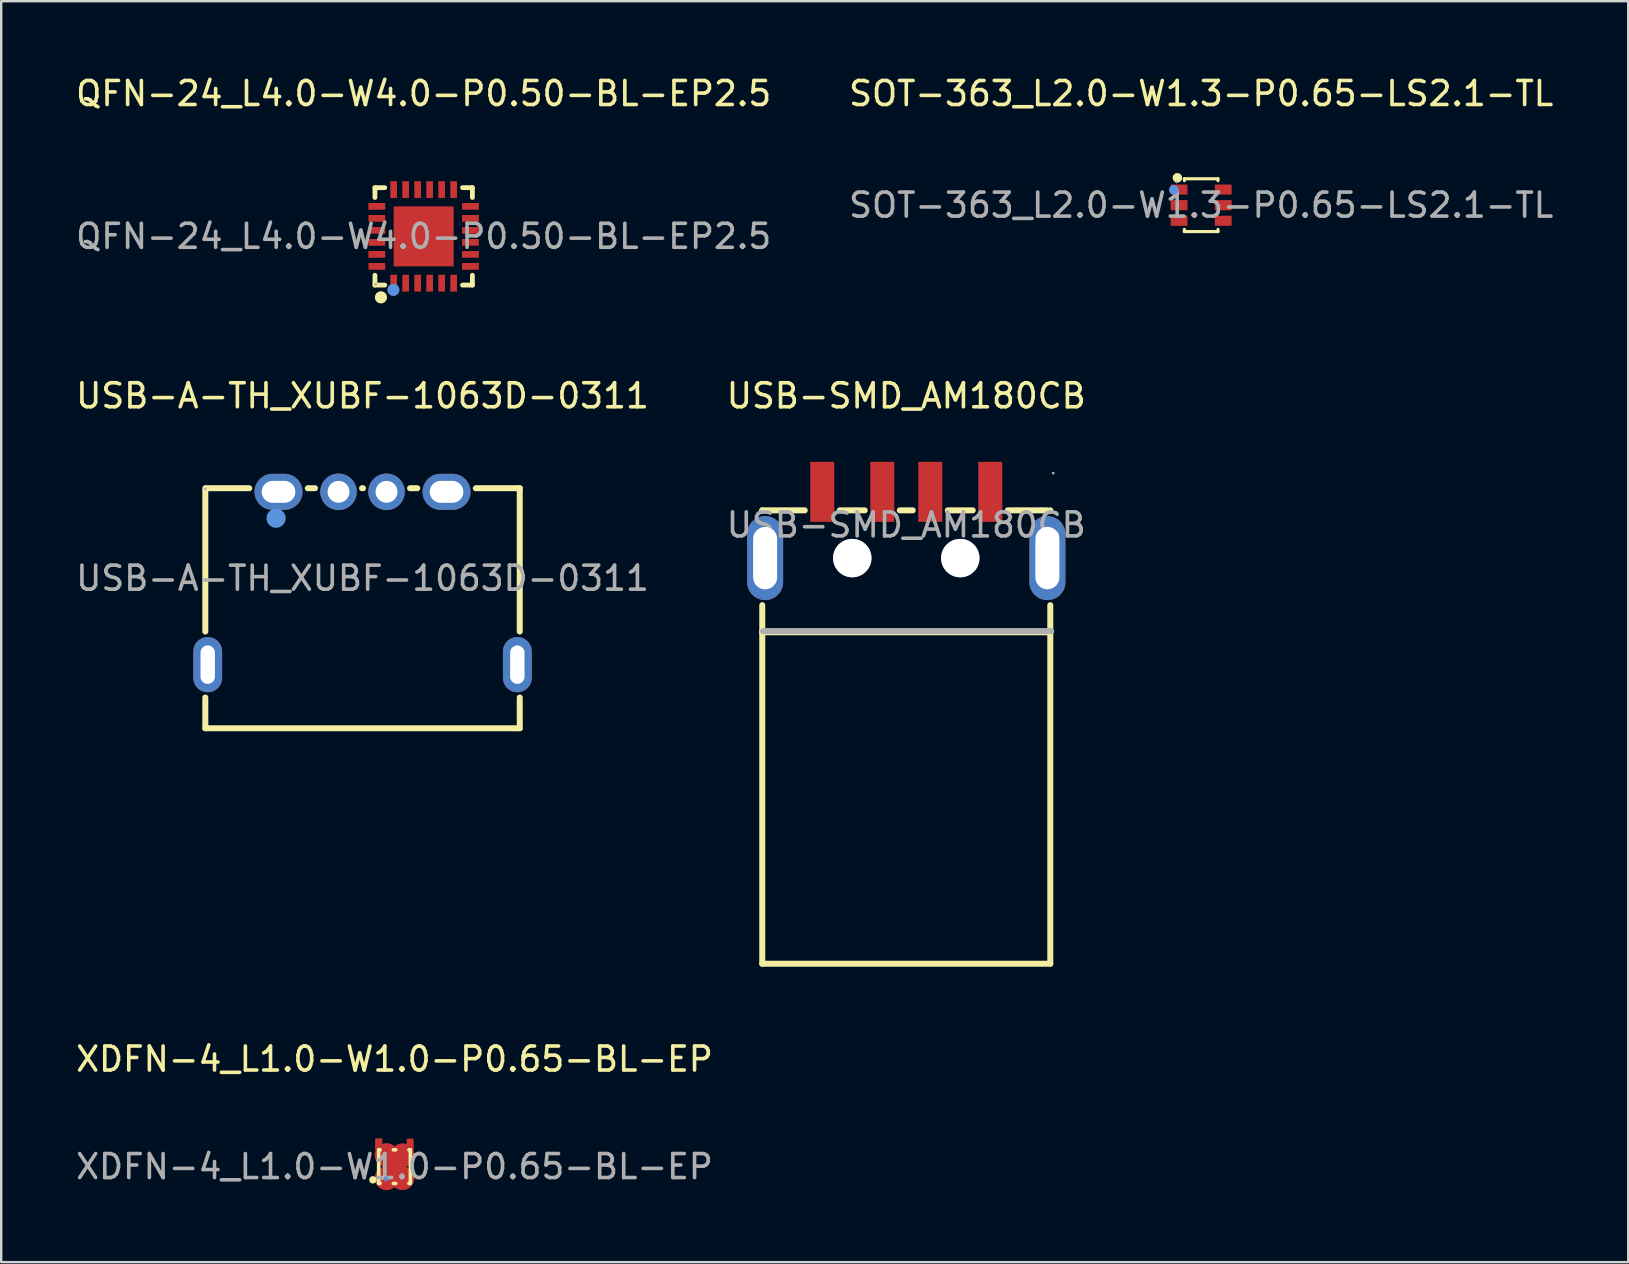
<source format=kicad_pcb>
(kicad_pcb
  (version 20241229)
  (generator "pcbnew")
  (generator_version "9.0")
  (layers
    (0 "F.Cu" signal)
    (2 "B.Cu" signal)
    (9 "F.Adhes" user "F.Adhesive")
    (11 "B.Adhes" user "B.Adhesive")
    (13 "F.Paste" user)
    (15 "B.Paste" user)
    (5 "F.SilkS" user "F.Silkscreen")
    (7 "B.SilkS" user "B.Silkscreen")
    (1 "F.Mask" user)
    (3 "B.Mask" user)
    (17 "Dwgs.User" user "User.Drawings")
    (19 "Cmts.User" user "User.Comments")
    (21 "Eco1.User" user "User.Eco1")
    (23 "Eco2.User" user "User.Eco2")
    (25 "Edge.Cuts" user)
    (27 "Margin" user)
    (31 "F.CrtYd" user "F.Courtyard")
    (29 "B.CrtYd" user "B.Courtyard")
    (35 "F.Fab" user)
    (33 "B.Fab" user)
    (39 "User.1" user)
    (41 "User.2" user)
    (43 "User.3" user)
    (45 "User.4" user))
  (footprint "XDFN-4_L1.0-W1.0-P0.65-BL-EP"
    (layer "F.Cu")
    (at 13.387 45.555)
    (property "Reference" "XDFN-4_L1.0-W1.0-P0.65-BL-EP" (at 0 -4.48 0) (layer "F.SilkS") (effects (font (size 1 1) (thickness 0.15))))
    (attr smd)
    (fp_line (start -0.66 -0.7) (end -0.66 0.7) (stroke (width 0.15) (type solid)) (layer "F.SilkS"))
    (fp_line (start -0.66 -0.7) (end -0.6 -0.7) (stroke (width 0.15) (type solid)) (layer "F.SilkS"))
    (fp_line (start -0.66 0.7) (end -0.6 0.7) (stroke (width 0.15) (type solid)) (layer "F.SilkS"))
    (fp_line (start -0.05 -0.7) (end 0.05 -0.7) (stroke (width 0.15) (type solid)) (layer "F.SilkS"))
    (fp_line (start -0.05 0.7) (end 0.05 0.7) (stroke (width 0.15) (type solid)) (layer "F.SilkS"))
    (fp_line (start 0.6 -0.7) (end 0.66 -0.7) (stroke (width 0.15) (type solid)) (layer "F.SilkS"))
    (fp_line (start 0.6 0.7) (end 0.66 0.7) (stroke (width 0.15) (type solid)) (layer "F.SilkS"))
    (fp_line (start 0.66 -0.7) (end 0.66 0.7) (stroke (width 0.15) (type solid)) (layer "F.SilkS"))
    (fp_circle (center -0.9 0.55) (end -0.82 0.55) (stroke (width 0.15) (type solid)) (fill no) (layer "F.SilkS"))
    (fp_circle (center -0.35 0.5) (end -0.3 0.5) (stroke (width 0.1) (type solid)) (fill no) (layer "Cmts.User"))
    (fp_circle (center -0.5 0.5) (end -0.47 0.5) (stroke (width 0.06) (type solid)) (fill no) (layer "F.Fab"))
    (fp_text user "${REFERENCE}" (at 0 0 0) (layer "F.Fab") (effects (font (size 1 1) (thickness 0.15))))
    (pad "1" smd custom (at -0.33 0.48 180) (size 1 1) (layers "F.Cu" "F.Mask" "F.Paste") (options (anchor circle)) (primitives (gr_poly (pts (xy -0.23 0.4) (xy -0.23 0.65) (xy -0.43 0.65) (xy -0.43 0.2) (xy -0.38 0.25) (xy -0.23 0.4)) (width 0.1) (fill yes))))
    (pad "2" smd custom (at 0.33 0.48 180) (size 1 1) (layers "F.Cu" "F.Mask" "F.Paste") (options (anchor circle)) (primitives (gr_poly (pts (xy 0.42 0.65) (xy 0.22 0.65) (xy 0.22 0.4) (xy 0.37 0.25) (xy 0.42 0.25)) (width 0.1) (fill yes))))
    (pad "3" smd custom (at 0.33 -0.47) (size 1 1) (layers "F.Cu" "F.Mask" "F.Paste") (options (anchor circle)) (primitives (gr_poly (pts (xy 0.42 -0.65) (xy 0.22 -0.65) (xy 0.22 -0.4) (xy 0.37 -0.25) (xy 0.42 -0.25)) (width 0.1) (fill yes))))
    (pad "4" smd custom (at -0.33 -0.48) (size 1 1) (layers "F.Cu" "F.Mask" "F.Paste") (options (anchor circle)) (primitives (gr_poly (pts (xy -0.43 -0.65) (xy -0.23 -0.65) (xy -0.23 -0.4) (xy -0.38 -0.25) (xy -0.43 -0.25)) (width 0.1) (fill yes))))
    (pad "5" smd rect (at 0 0 45) (size 0.45 0.45) (layers "F.Cu" "F.Mask" "F.Paste")))
  (footprint "SOT-363_L2.0-W1.3-P0.65-LS2.1-TL"
    (layer "F.Cu")
    (at 46.994 5.498)
    (property "Reference" "SOT-363_L2.0-W1.3-P0.65-LS2.1-TL" (at 0 -4.65 0) (layer "F.SilkS") (effects (font (size 1 1) (thickness 0.15))))
    (attr smd)
    (fp_line (start -0.7 -1.1) (end -0.7 -1.02) (stroke (width 0.13) (type solid)) (layer "F.SilkS"))
    (fp_line (start -0.7 -1.1) (end 0.7 -1.1) (stroke (width 0.13) (type solid)) (layer "F.SilkS"))
    (fp_line (start -0.7 1.01) (end -0.7 1.1) (stroke (width 0.13) (type solid)) (layer "F.SilkS"))
    (fp_line (start -0.7 1.1) (end 0.7 1.1) (stroke (width 0.13) (type solid)) (layer "F.SilkS"))
    (fp_line (start 0.7 -1.1) (end 0.7 -1.02) (stroke (width 0.13) (type solid)) (layer "F.SilkS"))
    (fp_line (start 0.7 1.01) (end 0.7 1.1) (stroke (width 0.13) (type solid)) (layer "F.SilkS"))
    (fp_circle (center -0.99 -1.14) (end -0.89 -1.14) (stroke (width 0.2) (type solid)) (fill no) (layer "F.SilkS"))
    (fp_circle (center -1.14 -0.64) (end -1.04 -0.64) (stroke (width 0.2) (type solid)) (fill no) (layer "Cmts.User"))
    (fp_circle (center -1.02 -0.97) (end -0.99 -0.97) (stroke (width 0.06) (type solid)) (fill no) (layer "F.Fab"))
    (fp_text user "${REFERENCE}" (at 0 0 0) (layer "F.Fab") (effects (font (size 1 1) (thickness 0.15))))
    (pad "1" smd rect (at -0.92 -0.65) (size 0.7 0.42) (layers "F.Cu" "F.Mask" "F.Paste"))
    (pad "2" smd rect (at -0.92 0) (size 0.7 0.42) (layers "F.Cu" "F.Mask" "F.Paste"))
    (pad "3" smd rect (at -0.92 0.65) (size 0.7 0.42) (layers "F.Cu" "F.Mask" "F.Paste"))
    (pad "4" smd rect (at 0.92 0.65) (size 0.7 0.42) (layers "F.Cu" "F.Mask" "F.Paste"))
    (pad "5" smd rect (at 0.92 0) (size 0.7 0.42) (layers "F.Cu" "F.Mask" "F.Paste"))
    (pad "6" smd rect (at 0.92 -0.65) (size 0.7 0.42) (layers "F.Cu" "F.Mask" "F.Paste")))
  (footprint "USB-A-TH_XUBF-1063D-0311"
    (layer "F.Cu")
    (at 12.054 21.041)
    (property "Reference" "USB-A-TH_XUBF-1063D-0311" (at 0 -7.6 0) (layer "F.SilkS") (effects (font (size 1 1) (thickness 0.15))))
    (attr through_hole)
    (fp_line (start -6.55 -3.75) (end -6.55 2.22) (stroke (width 0.25) (type solid)) (layer "F.SilkS"))
    (fp_line (start -6.55 4.97) (end -6.55 6.25) (stroke (width 0.25) (type solid)) (layer "F.SilkS"))
    (fp_line (start -6.55 6.25) (end 6.55 6.25) (stroke (width 0.25) (type solid)) (layer "F.SilkS"))
    (fp_line (start -4.72 -3.75) (end -6.5 -3.75) (stroke (width 0.25) (type solid)) (layer "F.SilkS"))
    (fp_line (start -1.98 -3.75) (end -2.28 -3.75) (stroke (width 0.25) (type solid)) (layer "F.SilkS"))
    (fp_line (start 0.02 -3.75) (end -0.02 -3.75) (stroke (width 0.25) (type solid)) (layer "F.SilkS"))
    (fp_line (start 2.28 -3.75) (end 1.98 -3.75) (stroke (width 0.25) (type solid)) (layer "F.SilkS"))
    (fp_line (start 6.55 -3.75) (end 4.72 -3.75) (stroke (width 0.25) (type solid)) (layer "F.SilkS"))
    (fp_line (start 6.55 2.22) (end 6.55 -3.75) (stroke (width 0.25) (type solid)) (layer "F.SilkS"))
    (fp_line (start 6.55 6.25) (end 6.55 4.97) (stroke (width 0.25) (type solid)) (layer "F.SilkS"))
    (fp_circle (center -3.6 -2.5) (end -3.4 -2.5) (stroke (width 0.4) (type solid)) (fill no) (layer "Cmts.User"))
    (fp_circle (center -6.55 -3.72) (end -6.52 -3.72) (stroke (width 0.06) (type solid)) (fill no) (layer "F.Fab"))
    (fp_text user "${REFERENCE}" (at 0 0 0) (layer "F.Fab") (effects (font (size 1 1) (thickness 0.15))))
    (pad "1" thru_hole oval (at -3.5 -3.6) (size 2 1.5) (drill oval 1.4 0.914) (layers "*.Cu" "*.Mask"))
    (pad "2" thru_hole circle (at -1 -3.6) (size 1.52 1.52) (drill 0.914) (layers "*.Cu" "*.Mask"))
    (pad "3" thru_hole circle (at 1 -3.6) (size 1.52 1.52) (drill 0.914) (layers "*.Cu" "*.Mask"))
    (pad "4" thru_hole oval (at 3.5 -3.6) (size 2 1.5) (drill oval 1.4 0.914) (layers "*.Cu" "*.Mask"))
    (pad "5" thru_hole oval (at -6.45 3.6) (size 1.2 2.3) (drill oval 0.6 1.6) (layers "*.Cu" "*.Mask"))
    (pad "6" thru_hole oval (at 6.45 3.6) (size 1.2 2.3) (drill oval 0.6 1.6) (layers "*.Cu" "*.Mask")))
  (footprint "USB-SMD_AM180CB"
    (layer "F.Cu")
    (at 34.708 18.822)
    (property "Reference" "USB-SMD_AM180CB" (at 0 -5.38 0) (layer "F.SilkS") (effects (font (size 1 1) (thickness 0.15))))
    (attr smd)
    (fp_line (start -6 -0.61) (end -4.23 -0.61) (stroke (width 0.25) (type solid)) (layer "F.SilkS"))
    (fp_line (start -6 -0.6) (end -6 -0.61) (stroke (width 0.25) (type solid)) (layer "F.SilkS"))
    (fp_line (start -6 4.47) (end -6 3.34) (stroke (width 0.25) (type solid)) (layer "F.SilkS"))
    (fp_line (start -6 4.47) (end -6 18.28) (stroke (width 0.25) (type solid)) (layer "F.SilkS"))
    (fp_line (start -6 18.28) (end 6 18.28) (stroke (width 0.25) (type solid)) (layer "F.SilkS"))
    (fp_line (start -2.77 -0.61) (end -1.73 -0.61) (stroke (width 0.25) (type solid)) (layer "F.SilkS"))
    (fp_line (start -0.27 -0.61) (end 0.27 -0.61) (stroke (width 0.25) (type solid)) (layer "F.SilkS"))
    (fp_line (start 1.73 -0.61) (end 2.77 -0.61) (stroke (width 0.25) (type solid)) (layer "F.SilkS"))
    (fp_line (start 4.23 -0.61) (end 5.87 -0.61) (stroke (width 0.25) (type solid)) (layer "F.SilkS"))
    (fp_line (start 6 -0.6) (end 6 -0.61) (stroke (width 0.25) (type solid)) (layer "F.SilkS"))
    (fp_line (start 6 4.4) (end 6 18.28) (stroke (width 0.25) (type solid)) (layer "F.SilkS"))
    (fp_line (start 6 4.47) (end -6 4.47) (stroke (width 0.25) (type solid)) (layer "F.SilkS"))
    (fp_line (start 6 4.47) (end 6 3.34) (stroke (width 0.25) (type solid)) (layer "F.SilkS"))
    (fp_line (start -5.97 4.42) (end 6.04 4.42) (stroke (width 0.25) (type solid)) (layer "F.Fab"))
    (fp_circle (center 6.12 -2.16) (end 6.15 -2.16) (stroke (width 0.06) (type solid)) (fill no) (layer "F.Fab"))
    (fp_text user "${REFERENCE}" (at 0 0 0) (layer "F.Fab") (effects (font (size 1 1) (thickness 0.15))))
    (pad "" thru_hole circle (at -2.25 1.38) (size 1.6 1.6) (drill 1.6) (layers "*.Cu" "*.Mask"))
    (pad "" thru_hole circle (at 2.25 1.38) (size 1.6 1.6) (drill 1.6) (layers "*.Cu" "*.Mask"))
    (pad "1" smd rect (at 3.5 -1.38) (size 1 2.5) (layers "F.Cu" "F.Mask" "F.Paste"))
    (pad "2" smd rect (at 1 -1.38) (size 1 2.5) (layers "F.Cu" "F.Mask" "F.Paste"))
    (pad "3" smd rect (at -1 -1.38) (size 1 2.5) (layers "F.Cu" "F.Mask" "F.Paste"))
    (pad "4" smd rect (at -3.5 -1.38) (size 1 2.5) (layers "F.Cu" "F.Mask" "F.Paste"))
    (pad "5" thru_hole oval (at -5.88 1.38) (size 1.5 3.5) (drill oval 1 2.6) (layers "*.Cu" "*.Mask"))
    (pad "5" thru_hole oval (at 5.88 1.38) (size 1.5 3.5) (drill oval 1 2.6) (layers "*.Cu" "*.Mask")))
  (footprint "QFN-24_L4.0-W4.0-P0.50-BL-EP2.5"
    (layer "F.Cu")
    (at 14.601 6.798)
    (property "Reference" "QFN-24_L4.0-W4.0-P0.50-BL-EP2.5" (at 0 -5.95 0) (layer "F.SilkS") (effects (font (size 1 1) (thickness 0.15))))
    (attr smd)
    (fp_line (start -2.03 -2.03) (end -1.62 -2.03) (stroke (width 0.2) (type solid)) (layer "F.SilkS"))
    (fp_line (start -2.03 -1.62) (end -2.03 -2.03) (stroke (width 0.2) (type solid)) (layer "F.SilkS"))
    (fp_line (start -2.03 2.03) (end -2.03 1.62) (stroke (width 0.2) (type solid)) (layer "F.SilkS"))
    (fp_line (start -1.62 2.03) (end -2.03 2.03) (stroke (width 0.2) (type solid)) (layer "F.SilkS"))
    (fp_line (start 1.62 -2.03) (end 2.03 -2.03) (stroke (width 0.2) (type solid)) (layer "F.SilkS"))
    (fp_line (start 2.03 -2.03) (end 2.03 -1.62) (stroke (width 0.2) (type solid)) (layer "F.SilkS"))
    (fp_line (start 2.03 1.62) (end 2.03 2.03) (stroke (width 0.2) (type solid)) (layer "F.SilkS"))
    (fp_line (start 2.03 2.03) (end 1.62 2.03) (stroke (width 0.2) (type solid)) (layer "F.SilkS"))
    (fp_circle (center -1.78 2.54) (end -1.65 2.54) (stroke (width 0.25) (type solid)) (fill no) (layer "F.SilkS"))
    (fp_circle (center -1.26 2.23) (end -1.13 2.23) (stroke (width 0.25) (type solid)) (fill no) (layer "Cmts.User"))
    (fp_circle (center -2 2) (end -1.97 2) (stroke (width 0.06) (type solid)) (fill no) (layer "F.Fab"))
    (fp_text user "${REFERENCE}" (at 0 0 0) (layer "F.Fab") (effects (font (size 1 1) (thickness 0.15))))
    (pad "1" smd rect (at -1.25 1.95 180) (size 0.28 0.7) (layers "F.Cu" "F.Mask" "F.Paste"))
    (pad "2" smd rect (at -0.75 1.95 180) (size 0.28 0.7) (layers "F.Cu" "F.Mask" "F.Paste"))
    (pad "3" smd rect (at -0.25 1.95 180) (size 0.28 0.7) (layers "F.Cu" "F.Mask" "F.Paste"))
    (pad "4" smd rect (at 0.25 1.95 180) (size 0.28 0.7) (layers "F.Cu" "F.Mask" "F.Paste"))
    (pad "5" smd rect (at 0.75 1.95 180) (size 0.28 0.7) (layers "F.Cu" "F.Mask" "F.Paste"))
    (pad "6" smd rect (at 1.25 1.95 180) (size 0.28 0.7) (layers "F.Cu" "F.Mask" "F.Paste"))
    (pad "7" smd rect (at 1.95 1.25 270) (size 0.28 0.7) (layers "F.Cu" "F.Mask" "F.Paste"))
    (pad "8" smd rect (at 1.95 0.75 270) (size 0.28 0.7) (layers "F.Cu" "F.Mask" "F.Paste"))
    (pad "9" smd rect (at 1.95 0.25 270) (size 0.28 0.7) (layers "F.Cu" "F.Mask" "F.Paste"))
    (pad "10" smd rect (at 1.95 -0.25 270) (size 0.28 0.7) (layers "F.Cu" "F.Mask" "F.Paste"))
    (pad "11" smd rect (at 1.95 -0.75 270) (size 0.28 0.7) (layers "F.Cu" "F.Mask" "F.Paste"))
    (pad "12" smd rect (at 1.95 -1.25 270) (size 0.28 0.7) (layers "F.Cu" "F.Mask" "F.Paste"))
    (pad "13" smd rect (at 1.25 -1.95) (size 0.28 0.7) (layers "F.Cu" "F.Mask" "F.Paste"))
    (pad "14" smd rect (at 0.75 -1.95) (size 0.28 0.7) (layers "F.Cu" "F.Mask" "F.Paste"))
    (pad "15" smd rect (at 0.25 -1.95) (size 0.28 0.7) (layers "F.Cu" "F.Mask" "F.Paste"))
    (pad "16" smd rect (at -0.25 -1.95) (size 0.28 0.7) (layers "F.Cu" "F.Mask" "F.Paste"))
    (pad "17" smd rect (at -0.75 -1.95) (size 0.28 0.7) (layers "F.Cu" "F.Mask" "F.Paste"))
    (pad "18" smd rect (at -1.25 -1.95) (size 0.28 0.7) (layers "F.Cu" "F.Mask" "F.Paste"))
    (pad "19" smd rect (at -1.95 -1.25 90) (size 0.28 0.7) (layers "F.Cu" "F.Mask" "F.Paste"))
    (pad "20" smd rect (at -1.95 -0.75 90) (size 0.28 0.7) (layers "F.Cu" "F.Mask" "F.Paste"))
    (pad "21" smd rect (at -1.95 -0.25 90) (size 0.28 0.7) (layers "F.Cu" "F.Mask" "F.Paste"))
    (pad "22" smd rect (at -1.95 0.25 90) (size 0.28 0.7) (layers "F.Cu" "F.Mask" "F.Paste"))
    (pad "23" smd rect (at -1.95 0.75 90) (size 0.28 0.7) (layers "F.Cu" "F.Mask" "F.Paste"))
    (pad "24" smd rect (at -1.95 1.25 90) (size 0.28 0.7) (layers "F.Cu" "F.Mask" "F.Paste"))
    (pad "25" smd rect (at 0 0 90) (size 2.5 2.5) (layers "F.Cu" "F.Mask" "F.Paste")))
  (gr_rect
    (start -3 -3)
    (end 64.786 49.535)
    (stroke (width 0.1) (type default))
    (fill no)
    (layer "Edge.Cuts")))
</source>
